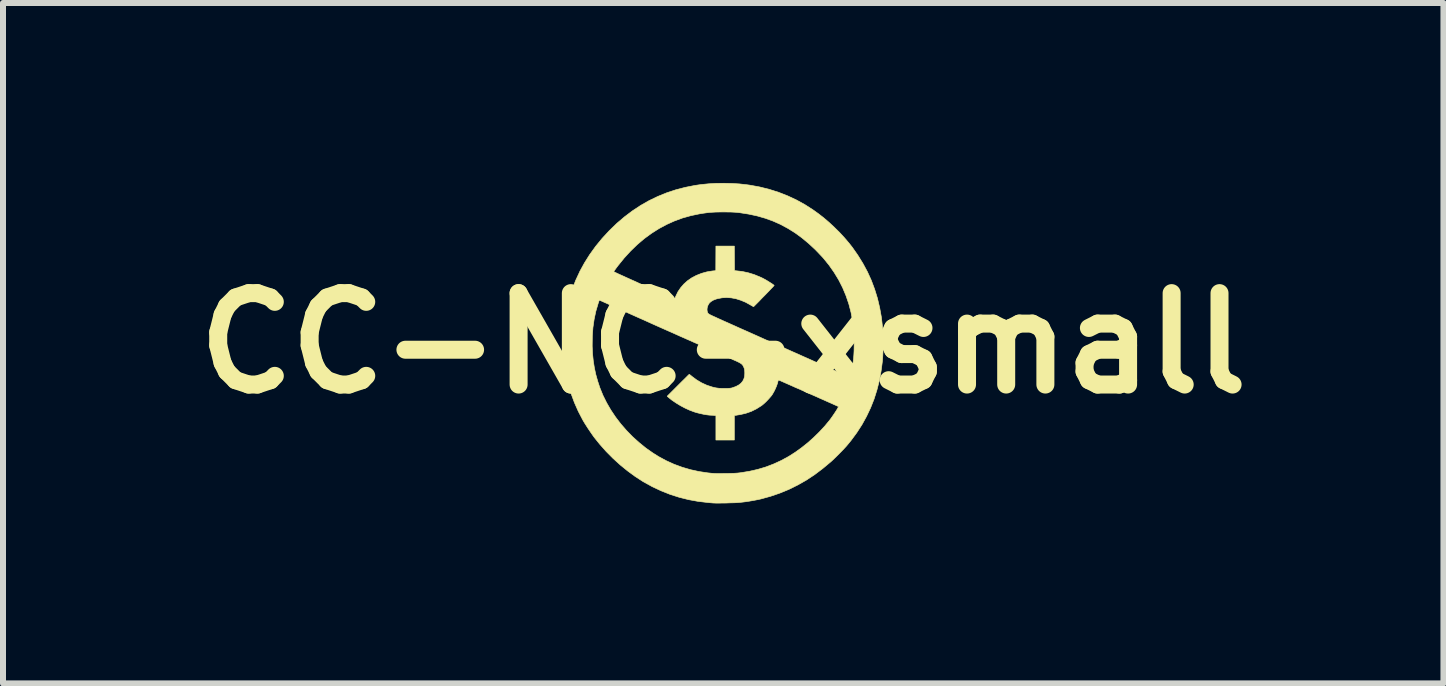
<source format=kicad_pcb>
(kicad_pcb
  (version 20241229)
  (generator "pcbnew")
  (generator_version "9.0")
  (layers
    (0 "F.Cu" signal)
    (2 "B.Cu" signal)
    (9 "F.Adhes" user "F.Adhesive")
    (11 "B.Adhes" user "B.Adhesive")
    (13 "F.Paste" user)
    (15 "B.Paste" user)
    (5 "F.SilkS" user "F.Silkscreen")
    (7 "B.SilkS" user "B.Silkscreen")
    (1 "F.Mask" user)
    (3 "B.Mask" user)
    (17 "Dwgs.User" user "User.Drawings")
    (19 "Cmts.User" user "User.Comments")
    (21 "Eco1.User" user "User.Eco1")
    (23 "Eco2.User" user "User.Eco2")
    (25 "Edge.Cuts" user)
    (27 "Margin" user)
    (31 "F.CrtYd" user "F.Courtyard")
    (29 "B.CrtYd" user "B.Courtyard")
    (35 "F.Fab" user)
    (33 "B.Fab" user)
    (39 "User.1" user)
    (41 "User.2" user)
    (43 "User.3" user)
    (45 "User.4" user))
  (footprint "CC-NC-xsmall"
    (layer "F.Cu")
    (at 9.006 2.671)
    (property "Reference" "CC-NC-xsmall" (at 0 0 0) (layer "F.SilkS") (effects (font (size 1.524 1.524) (thickness 0.3))))
    (attr through_hole)
    (fp_poly (pts (xy 0.145 -2.663) (xy 0.274 -2.655) (xy 0.397 -2.641) (xy 0.441 -2.635) (xy 0.606 -2.605) (xy 0.766 -2.565) (xy 0.921 -2.516) (xy 1.072 -2.457) (xy 1.218 -2.389) (xy 1.36 -2.311) (xy 1.497 -2.223) (xy 1.585 -2.16) (xy 1.675 -2.09) (xy 1.765 -2.013) (xy 1.854 -1.93) (xy 1.941 -1.844) (xy 2.022 -1.756) (xy 2.097 -1.668) (xy 2.152 -1.598) (xy 2.245 -1.465) (xy 2.329 -1.329) (xy 2.404 -1.19) (xy 2.469 -1.047) (xy 2.524 -0.9) (xy 2.571 -0.748) (xy 2.608 -0.591) (xy 2.637 -0.43) (xy 2.656 -0.262) (xy 2.662 -0.185) (xy 2.664 -0.142) (xy 2.666 -0.09) (xy 2.666 -0.033) (xy 2.666 0.028) (xy 2.665 0.09) (xy 2.663 0.15) (xy 2.66 0.207) (xy 2.657 0.258) (xy 2.654 0.296) (xy 2.632 0.463) (xy 2.602 0.625) (xy 2.562 0.781) (xy 2.514 0.933) (xy 2.456 1.079) (xy 2.389 1.22) (xy 2.313 1.358) (xy 2.227 1.491) (xy 2.131 1.621) (xy 2.079 1.685) (xy 2.051 1.718) (xy 2.017 1.755) (xy 1.978 1.796) (xy 1.936 1.839) (xy 1.894 1.881) (xy 1.852 1.922) (xy 1.813 1.959) (xy 1.792 1.978) (xy 1.659 2.089) (xy 1.524 2.191) (xy 1.385 2.283) (xy 1.242 2.364) (xy 1.095 2.437) (xy 0.944 2.499) (xy 0.789 2.552) (xy 0.63 2.596) (xy 0.586 2.606) (xy 0.539 2.615) (xy 0.485 2.625) (xy 0.426 2.635) (xy 0.365 2.644) (xy 0.307 2.651) (xy 0.279 2.654) (xy 0.257 2.656) (xy 0.227 2.658) (xy 0.191 2.66) (xy 0.15 2.661) (xy 0.105 2.662) (xy 0.059 2.664) (xy 0.013 2.665) (xy -0.032 2.665) (xy -0.073 2.666) (xy -0.109 2.666) (xy -0.139 2.665) (xy -0.16 2.664) (xy -0.167 2.664) (xy -0.18 2.663) (xy -0.201 2.661) (xy -0.227 2.659) (xy -0.255 2.656) (xy -0.257 2.656) (xy -0.418 2.637) (xy -0.577 2.608) (xy -0.733 2.569) (xy -0.886 2.52) (xy -1.037 2.46) (xy -1.184 2.391) (xy -1.327 2.312) (xy -1.336 2.307) (xy -1.466 2.223) (xy -1.593 2.13) (xy -1.717 2.029) (xy -1.837 1.92) (xy -1.952 1.804) (xy -2.06 1.682) (xy -2.13 1.595) (xy -2.156 1.562) (xy -2.185 1.521) (xy -2.216 1.476) (xy -2.248 1.429) (xy -2.279 1.381) (xy -2.307 1.337) (xy -2.331 1.297) (xy -2.342 1.278) (xy -2.416 1.136) (xy -2.481 0.989) (xy -2.537 0.838) (xy -2.582 0.682) (xy -2.618 0.523) (xy -2.645 0.359) (xy -2.646 0.352) (xy -2.658 0.229) (xy -2.665 0.101) (xy -2.666 0.031) (xy -2.184 0.031) (xy -2.184 0.053) (xy -2.178 0.178) (xy -2.166 0.296) (xy -2.148 0.41) (xy -2.124 0.522) (xy -2.092 0.635) (xy -2.056 0.744) (xy -2.005 0.869) (xy -1.944 0.992) (xy -1.874 1.113) (xy -1.795 1.231) (xy -1.708 1.345) (xy -1.613 1.454) (xy -1.512 1.558) (xy -1.403 1.656) (xy -1.29 1.748) (xy -1.17 1.832) (xy -1.076 1.891) (xy -0.95 1.959) (xy -0.82 2.018) (xy -0.684 2.068) (xy -0.544 2.109) (xy -0.401 2.14) (xy -0.254 2.162) (xy -0.233 2.164) (xy -0.207 2.167) (xy -0.185 2.169) (xy -0.165 2.17) (xy -0.146 2.172) (xy -0.126 2.172) (xy -0.103 2.173) (xy -0.075 2.173) (xy -0.042 2.173) (xy -0.001 2.172) (xy 0.04 2.172) (xy 0.093 2.171) (xy 0.138 2.17) (xy 0.176 2.169) (xy 0.209 2.167) (xy 0.238 2.165) (xy 0.266 2.162) (xy 0.291 2.159) (xy 0.438 2.135) (xy 0.578 2.103) (xy 0.712 2.063) (xy 0.842 2.013) (xy 0.968 1.955) (xy 1.091 1.888) (xy 1.201 1.818) (xy 1.304 1.744) (xy 1.407 1.662) (xy 1.507 1.573) (xy 1.602 1.48) (xy 1.691 1.384) (xy 1.769 1.29) (xy 1.789 1.264) (xy 1.809 1.236) (xy 1.83 1.206) (xy 1.851 1.175) (xy 1.87 1.146) (xy 1.888 1.119) (xy 1.902 1.095) (xy 1.913 1.075) (xy 1.92 1.062) (xy 1.92 1.056) (xy 1.92 1.056) (xy 1.915 1.054) (xy 1.901 1.047) (xy 1.879 1.037) (xy 1.849 1.024) (xy 1.813 1.007) (xy 1.771 0.989) (xy 1.724 0.968) (xy 1.673 0.945) (xy 1.618 0.921) (xy 1.561 0.895) (xy 1.502 0.869) (xy 1.442 0.843) (xy 1.382 0.816) (xy 1.322 0.789) (xy 1.264 0.763) (xy 1.207 0.739) (xy 1.154 0.715) (xy 1.104 0.693) (xy 1.059 0.673) (xy 1.018 0.655) (xy 0.984 0.64) (xy 0.957 0.628) (xy 0.937 0.62) (xy 0.925 0.615) (xy 0.923 0.614) (xy 0.918 0.618) (xy 0.914 0.63) (xy 0.913 0.634) (xy 0.904 0.67) (xy 0.889 0.713) (xy 0.87 0.758) (xy 0.848 0.803) (xy 0.824 0.845) (xy 0.815 0.86) (xy 0.797 0.884) (xy 0.772 0.913) (xy 0.744 0.944) (xy 0.714 0.975) (xy 0.683 1.004) (xy 0.655 1.028) (xy 0.635 1.043) (xy 0.552 1.095) (xy 0.467 1.137) (xy 0.378 1.168) (xy 0.285 1.19) (xy 0.265 1.193) (xy 0.24 1.197) (xy 0.219 1.201) (xy 0.203 1.203) (xy 0.197 1.204) (xy 0.185 1.207) (xy 0.185 1.614) (xy -0.122 1.614) (xy -0.122 1.208) (xy -0.146 1.205) (xy -0.168 1.202) (xy -0.191 1.201) (xy -0.197 1.201) (xy -0.232 1.199) (xy -0.274 1.194) (xy -0.322 1.186) (xy -0.372 1.175) (xy -0.423 1.163) (xy -0.472 1.149) (xy -0.484 1.145) (xy -0.559 1.117) (xy -0.636 1.082) (xy -0.713 1.041) (xy -0.787 0.996) (xy -0.856 0.949) (xy -0.913 0.903) (xy -0.934 0.884) (xy -0.751 0.701) (xy -0.715 0.665) (xy -0.681 0.631) (xy -0.65 0.601) (xy -0.623 0.574) (xy -0.6 0.551) (xy -0.583 0.534) (xy -0.571 0.523) (xy -0.566 0.519) (xy -0.566 0.519) (xy -0.561 0.522) (xy -0.55 0.53) (xy -0.534 0.543) (xy -0.521 0.554) (xy -0.443 0.612) (xy -0.36 0.661) (xy -0.273 0.701) (xy -0.181 0.731) (xy -0.136 0.742) (xy -0.113 0.746) (xy -0.09 0.749) (xy -0.066 0.752) (xy -0.036 0.753) (xy -0.000299 0.753) (xy 0.016 0.754) (xy 0.052 0.754) (xy 0.08 0.753) (xy 0.101 0.752) (xy 0.119 0.75) (xy 0.134 0.748) (xy 0.15 0.744) (xy 0.155 0.742) (xy 0.211 0.722) (xy 0.258 0.697) (xy 0.296 0.668) (xy 0.324 0.634) (xy 0.332 0.62) (xy 0.347 0.587) (xy 0.356 0.552) (xy 0.359 0.512) (xy 0.359 0.482) (xy 0.357 0.454) (xy 0.354 0.433) (xy 0.349 0.415) (xy 0.342 0.399) (xy 0.334 0.382) (xy 0.326 0.368) (xy 0.316 0.356) (xy 0.304 0.345) (xy 0.288 0.334) (xy 0.267 0.322) (xy 0.241 0.309) (xy 0.207 0.293) (xy 0.165 0.275) (xy 0.148 0.267) (xy 0.104 0.248) (xy 0.053 0.226) (xy -0.001 0.203) (xy -0.055 0.179) (xy -0.106 0.156) (xy -0.143 0.139) (xy -0.181 0.122) (xy -0.227 0.101) (xy -0.279 0.078) (xy -0.334 0.053) (xy -0.391 0.028) (xy -0.448 0.003) (xy -0.503 -0.021) (xy -0.524 -0.031) (xy -0.558 -0.046) (xy -0.6 -0.064) (xy -0.651 -0.087) (xy -0.709 -0.112) (xy -0.773 -0.141) (xy -0.842 -0.172) (xy -0.917 -0.205) (xy -0.994 -0.239) (xy -1.075 -0.275) (xy -1.158 -0.312) (xy -1.242 -0.35) (xy -1.326 -0.388) (xy -1.41 -0.425) (xy -1.41 -0.425) (xy -2.066 -0.719) (xy -2.086 -0.659) (xy -2.124 -0.53) (xy -2.152 -0.397) (xy -2.172 -0.259) (xy -2.182 -0.117) (xy -2.184 0.031) (xy -2.666 0.031) (xy -2.666 -0.03) (xy -2.663 -0.16) (xy -2.653 -0.287) (xy -2.639 -0.408) (xy -2.638 -0.413) (xy -2.608 -0.577) (xy -2.569 -0.737) (xy -2.519 -0.893) (xy -2.46 -1.046) (xy -2.392 -1.192) (xy -1.825 -1.192) (xy -1.821 -1.19) (xy -1.807 -1.183) (xy -1.785 -1.173) (xy -1.756 -1.159) (xy -1.721 -1.143) (xy -1.679 -1.124) (xy -1.633 -1.103) (xy -1.582 -1.08) (xy -1.527 -1.055) (xy -1.47 -1.03) (xy -1.412 -1.003) (xy -1.351 -0.976) (xy -1.291 -0.949) (xy -1.231 -0.922) (xy -1.172 -0.895) (xy -1.115 -0.87) (xy -1.06 -0.846) (xy -1.009 -0.823) (xy -0.963 -0.802) (xy -0.921 -0.784) (xy -0.885 -0.768) (xy -0.856 -0.755) (xy -0.834 -0.746) (xy -0.82 -0.74) (xy -0.815 -0.738) (xy -0.81 -0.743) (xy -0.803 -0.755) (xy -0.795 -0.773) (xy -0.789 -0.787) (xy -0.754 -0.859) (xy -0.709 -0.925) (xy -0.657 -0.985) (xy -0.596 -1.04) (xy -0.527 -1.088) (xy -0.45 -1.129) (xy -0.45 -1.129) (xy -0.362 -1.164) (xy -0.272 -1.189) (xy -0.179 -1.204) (xy -0.169 -1.205) (xy -0.124 -1.209) (xy -0.122 -1.619) (xy 0.185 -1.619) (xy 0.188 -1.209) (xy 0.206 -1.208) (xy 0.314 -1.196) (xy 0.417 -1.174) (xy 0.518 -1.143) (xy 0.617 -1.102) (xy 0.648 -1.088) (xy 0.673 -1.075) (xy 0.701 -1.06) (xy 0.73 -1.043) (xy 0.759 -1.025) (xy 0.786 -1.008) (xy 0.81 -0.993) (xy 0.829 -0.979) (xy 0.843 -0.969) (xy 0.849 -0.963) (xy 0.849 -0.962) (xy 0.845 -0.958) (xy 0.835 -0.947) (xy 0.82 -0.93) (xy 0.799 -0.909) (xy 0.775 -0.883) (xy 0.748 -0.855) (xy 0.719 -0.825) (xy 0.688 -0.793) (xy 0.657 -0.762) (xy 0.627 -0.731) (xy 0.599 -0.701) (xy 0.572 -0.674) (xy 0.549 -0.651) (xy 0.53 -0.632) (xy 0.516 -0.618) (xy 0.508 -0.611) (xy 0.507 -0.609) (xy 0.501 -0.611) (xy 0.488 -0.618) (xy 0.47 -0.628) (xy 0.45 -0.64) (xy 0.372 -0.683) (xy 0.292 -0.716) (xy 0.213 -0.741) (xy 0.134 -0.756) (xy 0.057 -0.761) (xy -0.018 -0.757) (xy -0.091 -0.743) (xy -0.12 -0.735) (xy -0.164 -0.718) (xy -0.198 -0.698) (xy -0.225 -0.676) (xy -0.236 -0.663) (xy -0.253 -0.634) (xy -0.265 -0.601) (xy -0.27 -0.568) (xy -0.268 -0.536) (xy -0.26 -0.509) (xy -0.258 -0.506) (xy -0.255 -0.5) (xy -0.251 -0.496) (xy -0.245 -0.491) (xy -0.237 -0.485) (xy -0.226 -0.478) (xy -0.21 -0.47) (xy -0.189 -0.46) (xy -0.162 -0.447) (xy -0.127 -0.432) (xy -0.085 -0.412) (xy -0.042 -0.393) (xy -0.012 -0.379) (xy 0.028 -0.361) (xy 0.076 -0.34) (xy 0.131 -0.315) (xy 0.192 -0.288) (xy 0.258 -0.258) (xy 0.33 -0.226) (xy 0.405 -0.193) (xy 0.483 -0.158) (xy 0.564 -0.122) (xy 0.646 -0.085) (xy 0.728 -0.048) (xy 0.802 -0.016) (xy 0.887 0.022) (xy 0.975 0.061) (xy 1.064 0.101) (xy 1.153 0.141) (xy 1.242 0.18) (xy 1.328 0.219) (xy 1.412 0.256) (xy 1.492 0.292) (xy 1.567 0.326) (xy 1.636 0.356) (xy 1.698 0.384) (xy 1.751 0.408) (xy 1.778 0.42) (xy 1.834 0.445) (xy 1.887 0.469) (xy 1.937 0.491) (xy 1.982 0.511) (xy 2.022 0.529) (xy 2.056 0.544) (xy 2.083 0.556) (xy 2.103 0.565) (xy 2.115 0.57) (xy 2.117 0.571) (xy 2.119 0.566) (xy 2.123 0.553) (xy 2.127 0.532) (xy 2.133 0.507) (xy 2.137 0.486) (xy 2.15 0.417) (xy 2.16 0.356) (xy 2.168 0.298) (xy 2.174 0.243) (xy 2.178 0.187) (xy 2.181 0.127) (xy 2.182 0.061) (xy 2.183 0.003) (xy 2.183 -0.059) (xy 2.182 -0.112) (xy 2.18 -0.159) (xy 2.177 -0.203) (xy 2.174 -0.245) (xy 2.169 -0.289) (xy 2.163 -0.336) (xy 2.158 -0.365) (xy 2.131 -0.511) (xy 2.094 -0.653) (xy 2.047 -0.791) (xy 1.991 -0.925) (xy 1.925 -1.055) (xy 1.849 -1.18) (xy 1.765 -1.3) (xy 1.672 -1.415) (xy 1.645 -1.445) (xy 1.536 -1.559) (xy 1.425 -1.662) (xy 1.312 -1.756) (xy 1.197 -1.84) (xy 1.078 -1.914) (xy 0.956 -1.98) (xy 0.83 -2.036) (xy 0.7 -2.083) (xy 0.564 -2.122) (xy 0.424 -2.152) (xy 0.277 -2.175) (xy 0.222 -2.181) (xy 0.195 -2.183) (xy 0.159 -2.185) (xy 0.116 -2.187) (xy 0.068 -2.187) (xy 0.016 -2.188) (xy -0.003 -2.188) (xy -0.068 -2.187) (xy -0.126 -2.186) (xy -0.178 -2.183) (xy -0.228 -2.18) (xy -0.277 -2.174) (xy -0.328 -2.167) (xy -0.384 -2.158) (xy -0.397 -2.156) (xy -0.54 -2.126) (xy -0.679 -2.087) (xy -0.815 -2.037) (xy -0.946 -1.978) (xy -1.074 -1.909) (xy -1.198 -1.83) (xy -1.318 -1.742) (xy -1.433 -1.644) (xy -1.544 -1.537) (xy -1.651 -1.42) (xy -1.753 -1.294) (xy -1.774 -1.266) (xy -1.791 -1.243) (xy -1.806 -1.222) (xy -1.817 -1.206) (xy -1.824 -1.195) (xy -1.825 -1.192) (xy -2.392 -1.192) (xy -2.392 -1.194) (xy -2.313 -1.338) (xy -2.225 -1.478) (xy -2.127 -1.614) (xy -2.019 -1.746) (xy -1.901 -1.874) (xy -1.896 -1.879) (xy -1.773 -1.998) (xy -1.646 -2.106) (xy -1.515 -2.205) (xy -1.379 -2.295) (xy -1.239 -2.375) (xy -1.094 -2.445) (xy -0.945 -2.506) (xy -0.791 -2.557) (xy -0.633 -2.598) (xy -0.471 -2.63) (xy -0.368 -2.645) (xy -0.245 -2.657) (xy -0.117 -2.665) (xy 0.014 -2.666) (xy 0.145 -2.663)) (stroke (width 0.01) (type solid)) (fill yes) (layer "F.SilkS")))
  (gr_rect
    (start -3 -3)
    (end 21.012 8.342)
    (stroke (width 0.1) (type default))
    (fill no)
    (layer "Edge.Cuts")))
</source>
